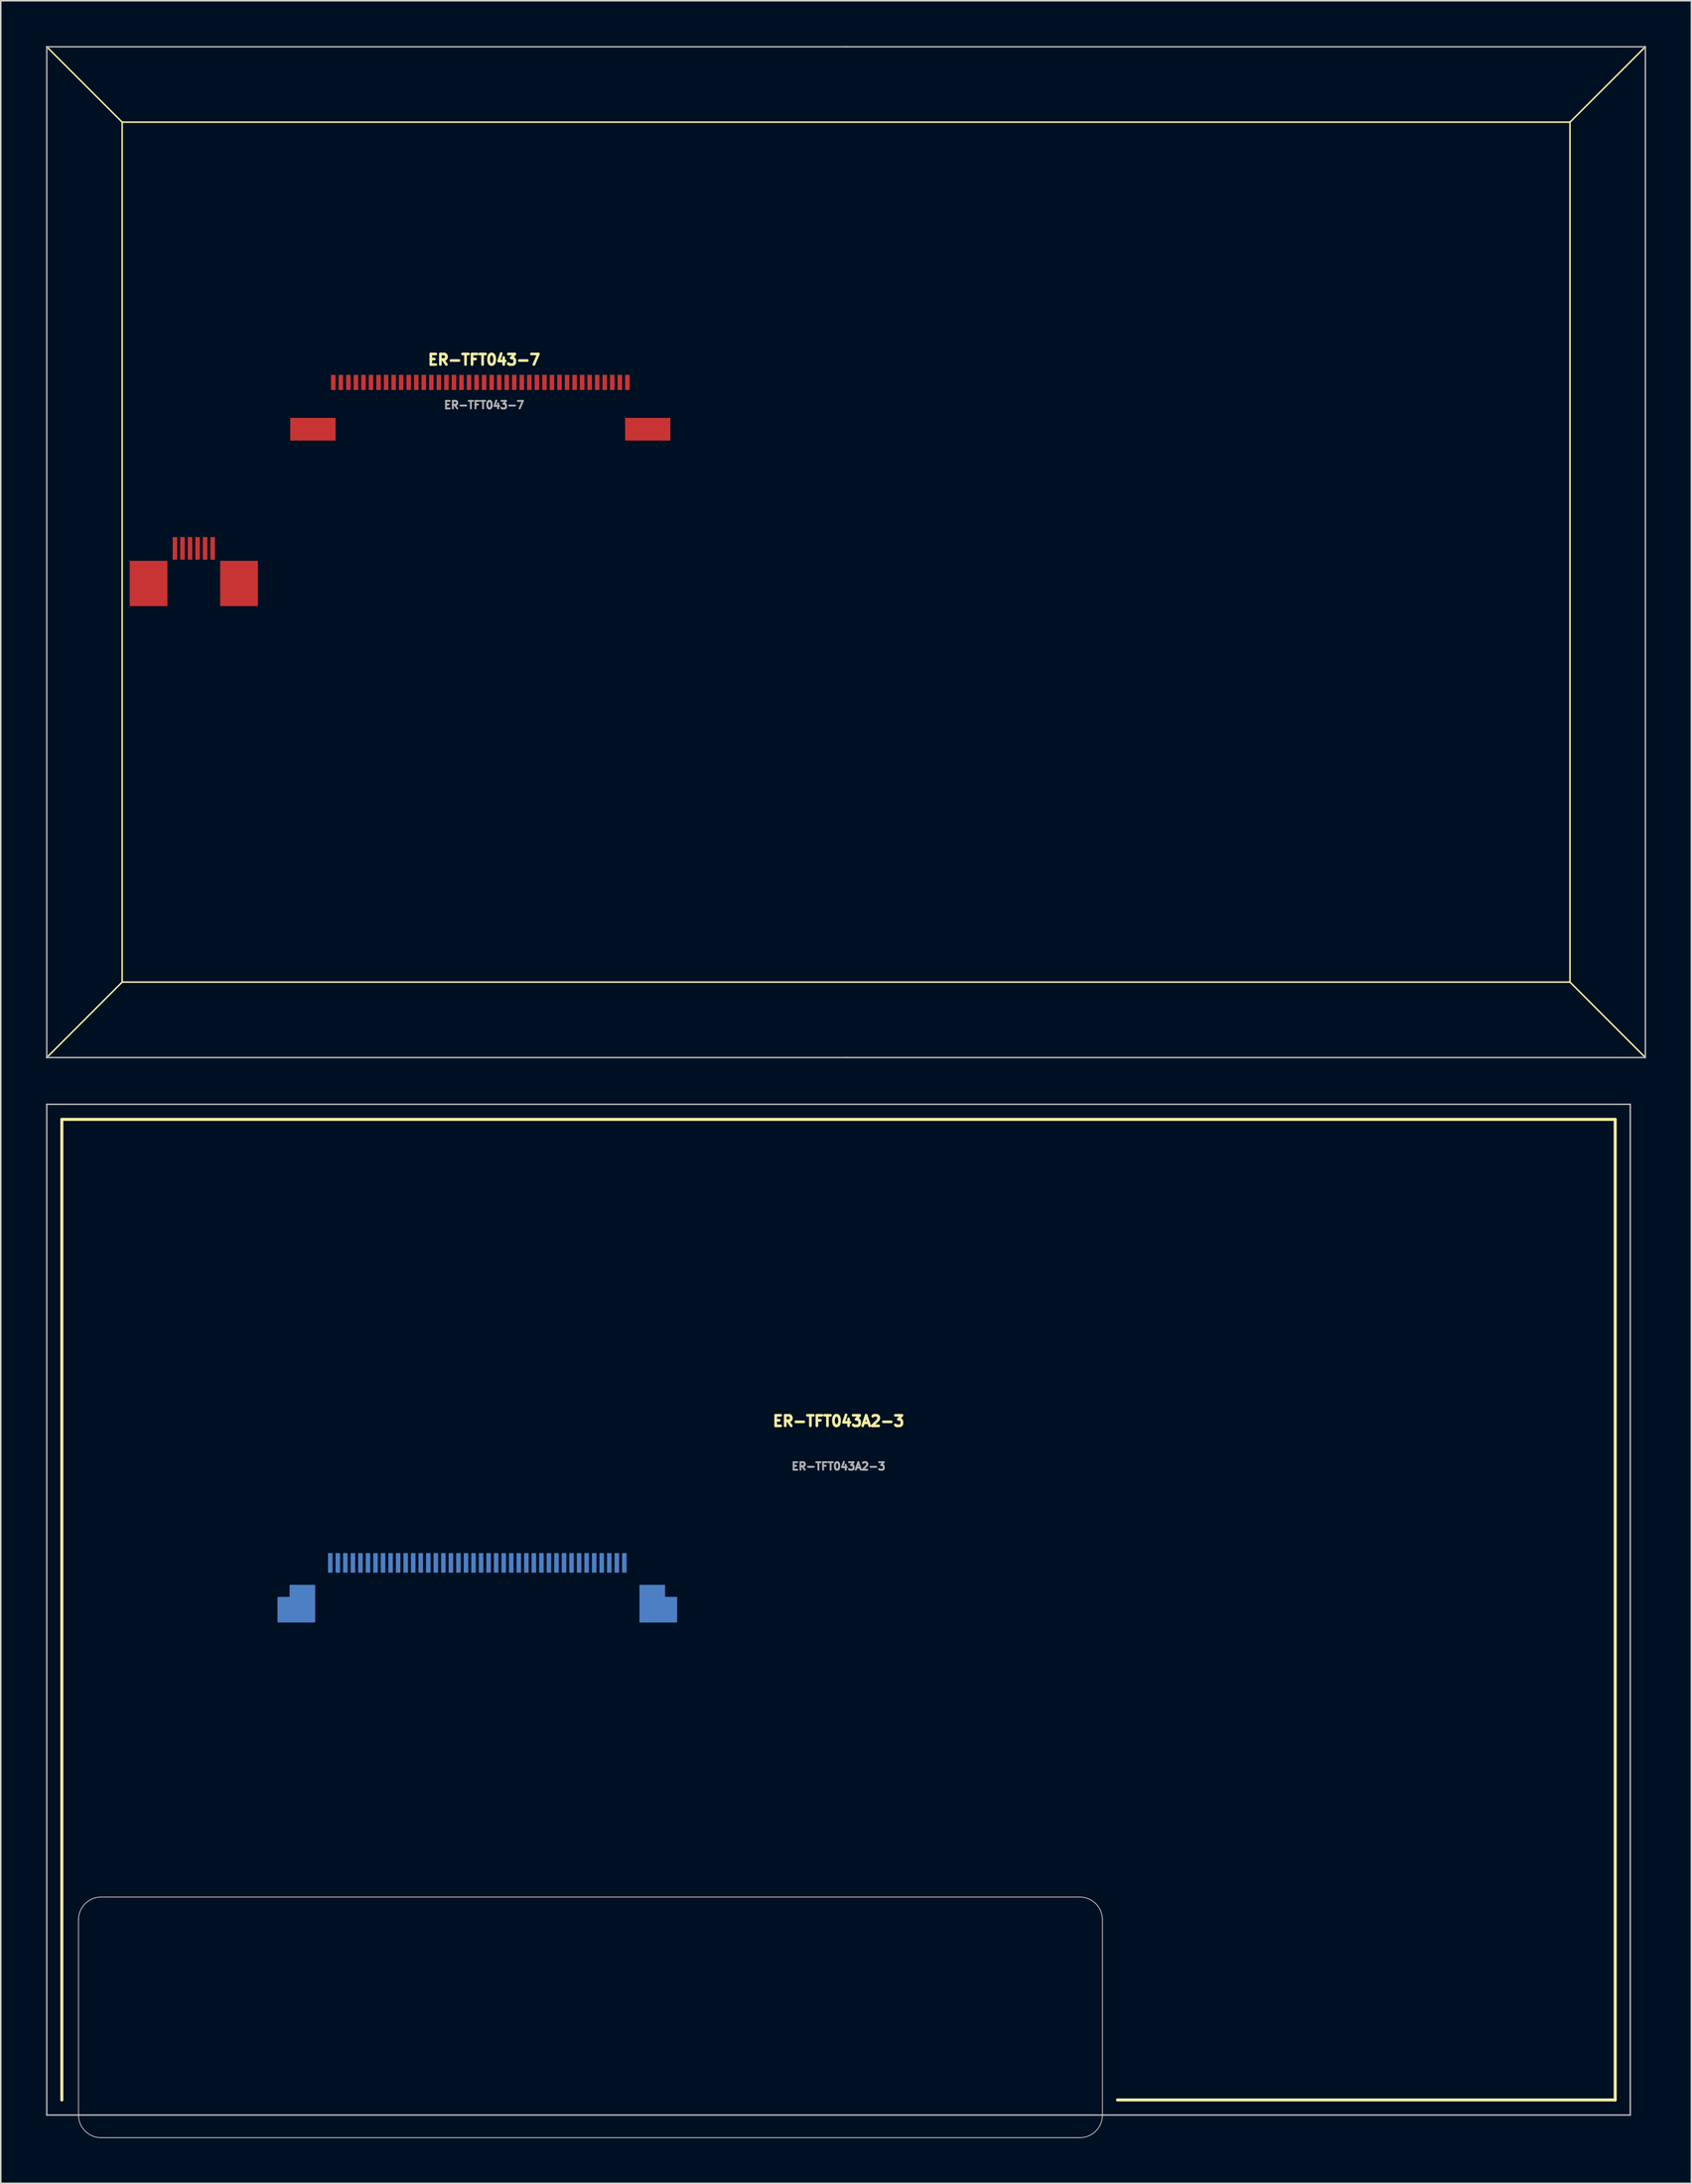
<source format=kicad_pcb>
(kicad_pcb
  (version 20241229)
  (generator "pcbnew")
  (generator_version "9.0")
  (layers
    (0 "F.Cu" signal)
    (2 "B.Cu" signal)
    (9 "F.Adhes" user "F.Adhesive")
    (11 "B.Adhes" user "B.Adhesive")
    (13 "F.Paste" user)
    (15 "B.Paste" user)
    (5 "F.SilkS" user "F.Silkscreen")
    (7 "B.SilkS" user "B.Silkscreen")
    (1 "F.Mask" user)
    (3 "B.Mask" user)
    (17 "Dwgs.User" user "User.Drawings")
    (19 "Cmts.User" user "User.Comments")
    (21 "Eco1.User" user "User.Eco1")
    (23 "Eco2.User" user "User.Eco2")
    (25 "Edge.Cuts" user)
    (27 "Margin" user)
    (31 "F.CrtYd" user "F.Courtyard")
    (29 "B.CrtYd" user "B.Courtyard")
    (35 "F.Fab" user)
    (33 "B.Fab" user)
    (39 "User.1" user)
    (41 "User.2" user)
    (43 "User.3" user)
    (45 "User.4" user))
  (footprint "ER-TFT043A2-3"
    (layer "F.Cu")
    (at 52.55 103.65)
    (property "Reference" "ER-TFT043A2-3" (at 0 -12.5 0) (unlocked yes) (layer "F.SilkS") (effects (font (size 0.7 0.7) (thickness 0.175) (bold yes))))
    (attr smd)
    (fp_poly (pts (xy -34.75 -1.6) (xy -36.35 -1.6) (xy -36.35 -0.8) (xy -37.15 -0.8) (xy -37.15 0.8) (xy -34.75 0.8)) (stroke (width 0.1) (type solid)) (fill yes) (layer "B.Cu"))
    (fp_poly (pts (xy -13.15 -1.6) (xy -11.55 -1.6) (xy -11.55 -0.8) (xy -10.75 -0.8) (xy -10.75 0.8) (xy -13.15 0.8)) (stroke (width 0.1) (type solid)) (fill yes) (layer "B.Cu"))
    (fp_poly (pts (xy -34.75 -1.6) (xy -36.35 -1.6) (xy -36.35 -0.8) (xy -37.15 -0.8) (xy -37.15 0.8) (xy -34.75 0.8)) (stroke (width 0.1) (type solid)) (fill yes) (layer "B.Mask"))
    (fp_poly (pts (xy -13.15 -1.6) (xy -11.55 -1.6) (xy -11.55 -0.8) (xy -10.75 -0.8) (xy -10.75 0.8) (xy -13.15 0.8)) (stroke (width 0.1) (type solid)) (fill yes) (layer "B.Mask"))
    (fp_line (start -51.5 -32.5) (end 51.5 -32.5) (stroke (width 0.2) (type default)) (layer "F.SilkS"))
    (fp_line (start -51.5 32.5) (end -51.5 -32.5) (stroke (width 0.2) (type default)) (layer "F.SilkS"))
    (fp_line (start 51.5 -32.5) (end 51.5 32.5) (stroke (width 0.2) (type default)) (layer "F.SilkS"))
    (fp_line (start 51.5 32.5) (end 18.5 32.5) (stroke (width 0.2) (type default)) (layer "F.SilkS"))
    (fp_poly (pts (xy -34.75 -1.6) (xy -36.35 -1.6) (xy -36.35 -0.8) (xy -37.15 -0.8) (xy -37.15 0.8) (xy -34.75 0.8)) (stroke (width 0.1) (type solid)) (fill yes) (layer "B.Paste"))
    (fp_poly (pts (xy -13.15 -1.6) (xy -11.55 -1.6) (xy -11.55 -0.8) (xy -10.75 -0.8) (xy -10.75 0.8) (xy -13.15 0.8)) (stroke (width 0.1) (type solid)) (fill yes) (layer "B.Paste"))
    (fp_line (start -50.395 33.5) (end -50.395 20.55) (stroke (width 0.05) (type default)) (layer "Edge.Cuts"))
    (fp_line (start -48.895 19.05) (end 16 19.05) (stroke (width 0.05) (type default)) (layer "Edge.Cuts"))
    (fp_line (start 16 35) (end -48.895 35) (stroke (width 0.05) (type default)) (layer "Edge.Cuts"))
    (fp_line (start 17.5 20.55) (end 17.5 33.5) (stroke (width 0.05) (type default)) (layer "Edge.Cuts"))
    (fp_arc (start -50.395 20.55) (mid -49.95566 19.48934) (end -48.895 19.05) (stroke (width 0.05) (type default)) (layer "Edge.Cuts"))
    (fp_arc (start -48.895 35) (mid -49.95566 34.56066) (end -50.395 33.5) (stroke (width 0.05) (type default)) (layer "Edge.Cuts"))
    (fp_arc (start 16 19.05) (mid 17.06066 19.48934) (end 17.5 20.55) (stroke (width 0.05) (type default)) (layer "Edge.Cuts"))
    (fp_arc (start 17.5 33.5) (mid 17.06066 34.56066) (end 16 35) (stroke (width 0.05) (type default)) (layer "Edge.Cuts"))
    (fp_line (start -52.5 -33.5) (end -52.5 33.5) (stroke (width 0.1) (type default)) (layer "F.Fab"))
    (fp_line (start -52.5 -33.5) (end 52.5 -33.5) (stroke (width 0.1) (type default)) (layer "F.Fab"))
    (fp_line (start -52.5 33.5) (end 52.5 33.5) (stroke (width 0.1) (type default)) (layer "F.Fab"))
    (fp_line (start 52.5 -33.5) (end 52.5 33.5) (stroke (width 0.1) (type default)) (layer "F.Fab"))
    (fp_text user "${REFERENCE}" (at 0 -9.5 0) (unlocked yes) (layer "F.Fab") (effects (font (size 0.5 0.5) (thickness 0.125))))
    (pad "1" smd rect (at -33.7 -3.1) (size 0.3 1.3) (layers "B.Cu" "B.Mask" "B.Paste"))
    (pad "2" smd rect (at -33.2 -3.1) (size 0.3 1.3) (layers "B.Cu" "B.Mask" "B.Paste"))
    (pad "3" smd rect (at -32.7 -3.1) (size 0.3 1.3) (layers "B.Cu" "B.Mask" "B.Paste"))
    (pad "4" smd rect (at -32.2 -3.1) (size 0.3 1.3) (layers "B.Cu" "B.Mask" "B.Paste"))
    (pad "5" smd rect (at -31.7 -3.1) (size 0.3 1.3) (layers "B.Cu" "B.Mask" "B.Paste"))
    (pad "6" smd rect (at -31.2 -3.1) (size 0.3 1.3) (layers "B.Cu" "B.Mask" "B.Paste"))
    (pad "7" smd rect (at -30.7 -3.1) (size 0.3 1.3) (layers "B.Cu" "B.Mask" "B.Paste"))
    (pad "8" smd rect (at -30.2 -3.1) (size 0.3 1.3) (layers "B.Cu" "B.Mask" "B.Paste"))
    (pad "9" smd rect (at -29.7 -3.1) (size 0.3 1.3) (layers "B.Cu" "B.Mask" "B.Paste"))
    (pad "10" smd rect (at -29.2 -3.1) (size 0.3 1.3) (layers "B.Cu" "B.Mask" "B.Paste"))
    (pad "11" smd rect (at -28.7 -3.1) (size 0.3 1.3) (layers "B.Cu" "B.Mask" "B.Paste"))
    (pad "12" smd rect (at -28.2 -3.1) (size 0.3 1.3) (layers "B.Cu" "B.Mask" "B.Paste"))
    (pad "13" smd rect (at -27.7 -3.1) (size 0.3 1.3) (layers "B.Cu" "B.Mask" "B.Paste"))
    (pad "14" smd rect (at -27.2 -3.1) (size 0.3 1.3) (layers "B.Cu" "B.Mask" "B.Paste"))
    (pad "15" smd rect (at -26.7 -3.1) (size 0.3 1.3) (layers "B.Cu" "B.Mask" "B.Paste"))
    (pad "16" smd rect (at -26.2 -3.1) (size 0.3 1.3) (layers "B.Cu" "B.Mask" "B.Paste"))
    (pad "17" smd rect (at -25.7 -3.1) (size 0.3 1.3) (layers "B.Cu" "B.Mask" "B.Paste"))
    (pad "18" smd rect (at -25.2 -3.1) (size 0.3 1.3) (layers "B.Cu" "B.Mask" "B.Paste"))
    (pad "19" smd rect (at -24.7 -3.1) (size 0.3 1.3) (layers "B.Cu" "B.Mask" "B.Paste"))
    (pad "20" smd rect (at -24.2 -3.1) (size 0.3 1.3) (layers "B.Cu" "B.Mask" "B.Paste"))
    (pad "21" smd rect (at -23.7 -3.1) (size 0.3 1.3) (layers "B.Cu" "B.Mask" "B.Paste"))
    (pad "22" smd rect (at -23.2 -3.1) (size 0.3 1.3) (layers "B.Cu" "B.Mask" "B.Paste"))
    (pad "23" smd rect (at -22.7 -3.1) (size 0.3 1.3) (layers "B.Cu" "B.Mask" "B.Paste"))
    (pad "24" smd rect (at -22.2 -3.1) (size 0.3 1.3) (layers "B.Cu" "B.Mask" "B.Paste"))
    (pad "25" smd rect (at -21.7 -3.1) (size 0.3 1.3) (layers "B.Cu" "B.Mask" "B.Paste"))
    (pad "26" smd rect (at -21.2 -3.1) (size 0.3 1.3) (layers "B.Cu" "B.Mask" "B.Paste"))
    (pad "27" smd rect (at -20.7 -3.1) (size 0.3 1.3) (layers "B.Cu" "B.Mask" "B.Paste"))
    (pad "28" smd rect (at -20.2 -3.1) (size 0.3 1.3) (layers "B.Cu" "B.Mask" "B.Paste"))
    (pad "29" smd rect (at -19.7 -3.1) (size 0.3 1.3) (layers "B.Cu" "B.Mask" "B.Paste"))
    (pad "30" smd rect (at -19.2 -3.1) (size 0.3 1.3) (layers "B.Cu" "B.Mask" "B.Paste"))
    (pad "31" smd rect (at -18.7 -3.1) (size 0.3 1.3) (layers "B.Cu" "B.Mask" "B.Paste"))
    (pad "32" smd rect (at -18.2 -3.1) (size 0.3 1.3) (layers "B.Cu" "B.Mask" "B.Paste"))
    (pad "33" smd rect (at -17.7 -3.1) (size 0.3 1.3) (layers "B.Cu" "B.Mask" "B.Paste"))
    (pad "34" smd rect (at -17.2 -3.1) (size 0.3 1.3) (layers "B.Cu" "B.Mask" "B.Paste"))
    (pad "35" smd rect (at -16.7 -3.1) (size 0.3 1.3) (layers "B.Cu" "B.Mask" "B.Paste"))
    (pad "36" smd rect (at -16.2 -3.1) (size 0.3 1.3) (layers "B.Cu" "B.Mask" "B.Paste"))
    (pad "37" smd rect (at -15.7 -3.1) (size 0.3 1.3) (layers "B.Cu" "B.Mask" "B.Paste"))
    (pad "38" smd rect (at -15.2 -3.1) (size 0.3 1.3) (layers "B.Cu" "B.Mask" "B.Paste"))
    (pad "39" smd rect (at -14.7 -3.1) (size 0.3 1.3) (layers "B.Cu" "B.Mask" "B.Paste"))
    (pad "40" smd rect (at -14.2 -3.1) (size 0.3 1.3) (layers "B.Cu" "B.Mask" "B.Paste")))
  (footprint "ER-TFT043-7"
    (layer "F.Cu")
    (at 53.05 33.55)
    (property "Reference" "ER-TFT043-7" (at -24 -12.75 0) (unlocked yes) (layer "F.SilkS") (effects (font (size 0.7 0.7) (thickness 0.175) (bold yes))))
    (attr smd)
    (fp_line (start -53 -33.5) (end -48 -28.5) (stroke (width 0.1) (type default)) (layer "F.SilkS"))
    (fp_line (start -53 33.5) (end -48 28.5) (stroke (width 0.1) (type default)) (layer "F.SilkS"))
    (fp_line (start -48 -28.5) (end -48 28.5) (stroke (width 0.1) (type default)) (layer "F.SilkS"))
    (fp_line (start -48 28.5) (end 48 28.5) (stroke (width 0.1) (type default)) (layer "F.SilkS"))
    (fp_line (start 48 -28.5) (end -48 -28.5) (stroke (width 0.1) (type default)) (layer "F.SilkS"))
    (fp_line (start 48 28.5) (end 48 -28.5) (stroke (width 0.1) (type default)) (layer "F.SilkS"))
    (fp_line (start 53 -33.5) (end 48 -28.5) (stroke (width 0.1) (type default)) (layer "F.SilkS"))
    (fp_line (start 53 33.5) (end 48 28.5) (stroke (width 0.1) (type default)) (layer "F.SilkS"))
    (fp_line (start -53 33.5) (end -53 -33.5) (stroke (width 0.1) (type default)) (layer "F.Fab"))
    (fp_line (start 0 -33.5) (end -53 -33.5) (stroke (width 0.1) (type default)) (layer "F.Fab"))
    (fp_line (start 0 -33.5) (end 53 -33.5) (stroke (width 0.1) (type default)) (layer "F.Fab"))
    (fp_line (start 0 33.5) (end -53 33.5) (stroke (width 0.1) (type default)) (layer "F.Fab"))
    (fp_line (start 0 33.5) (end 53 33.5) (stroke (width 0.1) (type default)) (layer "F.Fab"))
    (fp_line (start 53 -33.5) (end 53 33.5) (stroke (width 0.1) (type default)) (layer "F.Fab"))
    (fp_text user "${REFERENCE}" (at -24 -9.75 0) (unlocked yes) (layer "F.Fab") (effects (font (size 0.5 0.5) (thickness 0.125))))
    (pad "1" smd rect (at -34 -11.25) (size 0.3 1) (layers "F.Cu" "F.Mask" "F.Paste"))
    (pad "2" smd rect (at -33.5 -11.25) (size 0.3 1) (layers "F.Cu" "F.Mask" "F.Paste"))
    (pad "3" smd rect (at -33 -11.25) (size 0.3 1) (layers "F.Cu" "F.Mask" "F.Paste"))
    (pad "4" smd rect (at -32.5 -11.25) (size 0.3 1) (layers "F.Cu" "F.Mask" "F.Paste"))
    (pad "5" smd rect (at -32 -11.25) (size 0.3 1) (layers "F.Cu" "F.Mask" "F.Paste"))
    (pad "6" smd rect (at -31.5 -11.25) (size 0.3 1) (layers "F.Cu" "F.Mask" "F.Paste"))
    (pad "7" smd rect (at -31 -11.25) (size 0.3 1) (layers "F.Cu" "F.Mask" "F.Paste"))
    (pad "8" smd rect (at -30.5 -11.25) (size 0.3 1) (layers "F.Cu" "F.Mask" "F.Paste"))
    (pad "9" smd rect (at -30 -11.25) (size 0.3 1) (layers "F.Cu" "F.Mask" "F.Paste"))
    (pad "10" smd rect (at -29.5 -11.25) (size 0.3 1) (layers "F.Cu" "F.Mask" "F.Paste"))
    (pad "11" smd rect (at -29 -11.25) (size 0.3 1) (layers "F.Cu" "F.Mask" "F.Paste"))
    (pad "12" smd rect (at -28.5 -11.25) (size 0.3 1) (layers "F.Cu" "F.Mask" "F.Paste"))
    (pad "13" smd rect (at -28 -11.25) (size 0.3 1) (layers "F.Cu" "F.Mask" "F.Paste"))
    (pad "14" smd rect (at -27.5 -11.25) (size 0.3 1) (layers "F.Cu" "F.Mask" "F.Paste"))
    (pad "15" smd rect (at -27 -11.25) (size 0.3 1) (layers "F.Cu" "F.Mask" "F.Paste"))
    (pad "16" smd rect (at -26.5 -11.25) (size 0.3 1) (layers "F.Cu" "F.Mask" "F.Paste"))
    (pad "17" smd rect (at -26 -11.25) (size 0.3 1) (layers "F.Cu" "F.Mask" "F.Paste"))
    (pad "18" smd rect (at -25.5 -11.25) (size 0.3 1) (layers "F.Cu" "F.Mask" "F.Paste"))
    (pad "19" smd rect (at -25 -11.25) (size 0.3 1) (layers "F.Cu" "F.Mask" "F.Paste"))
    (pad "20" smd rect (at -24.5 -11.25) (size 0.3 1) (layers "F.Cu" "F.Mask" "F.Paste"))
    (pad "21" smd rect (at -24 -11.25) (size 0.3 1) (layers "F.Cu" "F.Mask" "F.Paste"))
    (pad "22" smd rect (at -23.5 -11.25) (size 0.3 1) (layers "F.Cu" "F.Mask" "F.Paste"))
    (pad "23" smd rect (at -23 -11.25) (size 0.3 1) (layers "F.Cu" "F.Mask" "F.Paste"))
    (pad "24" smd rect (at -22.5 -11.25) (size 0.3 1) (layers "F.Cu" "F.Mask" "F.Paste"))
    (pad "25" smd rect (at -22 -11.25) (size 0.3 1) (layers "F.Cu" "F.Mask" "F.Paste"))
    (pad "26" smd rect (at -21.5 -11.25) (size 0.3 1) (layers "F.Cu" "F.Mask" "F.Paste"))
    (pad "27" smd rect (at -21 -11.25) (size 0.3 1) (layers "F.Cu" "F.Mask" "F.Paste"))
    (pad "28" smd rect (at -20.5 -11.25) (size 0.3 1) (layers "F.Cu" "F.Mask" "F.Paste"))
    (pad "29" smd rect (at -20 -11.25) (size 0.3 1) (layers "F.Cu" "F.Mask" "F.Paste"))
    (pad "30" smd rect (at -19.5 -11.25) (size 0.3 1) (layers "F.Cu" "F.Mask" "F.Paste"))
    (pad "31" smd rect (at -19 -11.25) (size 0.3 1) (layers "F.Cu" "F.Mask" "F.Paste"))
    (pad "32" smd rect (at -18.5 -11.25) (size 0.3 1) (layers "F.Cu" "F.Mask" "F.Paste"))
    (pad "33" smd rect (at -18 -11.25) (size 0.3 1) (layers "F.Cu" "F.Mask" "F.Paste"))
    (pad "34" smd rect (at -17.5 -11.25) (size 0.3 1) (layers "F.Cu" "F.Mask" "F.Paste"))
    (pad "35" smd rect (at -17 -11.25) (size 0.3 1) (layers "F.Cu" "F.Mask" "F.Paste"))
    (pad "36" smd rect (at -16.5 -11.25) (size 0.3 1) (layers "F.Cu" "F.Mask" "F.Paste"))
    (pad "37" smd rect (at -16 -11.25) (size 0.3 1) (layers "F.Cu" "F.Mask" "F.Paste"))
    (pad "38" smd rect (at -15.5 -11.25) (size 0.3 1) (layers "F.Cu" "F.Mask" "F.Paste"))
    (pad "39" smd rect (at -15 -11.25) (size 0.3 1) (layers "F.Cu" "F.Mask" "F.Paste"))
    (pad "40" smd rect (at -14.5 -11.25) (size 0.3 1) (layers "F.Cu" "F.Mask" "F.Paste"))
    (pad "41" smd rect (at -44.5 -0.25) (size 0.3 1.5) (layers "F.Cu" "F.Mask" "F.Paste"))
    (pad "42" smd rect (at -44 -0.25) (size 0.3 1.5) (layers "F.Cu" "F.Mask" "F.Paste"))
    (pad "43" smd rect (at -43.5 -0.25) (size 0.3 1.5) (layers "F.Cu" "F.Mask" "F.Paste"))
    (pad "44" smd rect (at -43 -0.25) (size 0.3 1.5) (layers "F.Cu" "F.Mask" "F.Paste"))
    (pad "45" smd rect (at -42.5 -0.25) (size 0.3 1.5) (layers "F.Cu" "F.Mask" "F.Paste"))
    (pad "46" smd rect (at -42 -0.25) (size 0.3 1.5) (layers "F.Cu" "F.Mask" "F.Paste"))
    (pad "S" smd rect (at -46.25 2.075) (size 2.5 3) (layers "F.Cu" "F.Mask" "F.Paste"))
    (pad "S" smd rect (at -40.25 2.075) (size 2.5 3) (layers "F.Cu" "F.Mask" "F.Paste"))
    (pad "S" smd rect (at -35.35 -8.15) (size 3 1.5) (layers "F.Cu" "F.Mask" "F.Paste"))
    (pad "S" smd rect (at -13.15 -8.15) (size 3 1.5) (layers "F.Cu" "F.Mask" "F.Paste")))
  (gr_rect
    (start -3 -3)
    (end 109.1 141.675)
    (stroke (width 0.1) (type default))
    (fill no)
    (layer "Edge.Cuts")))
</source>
